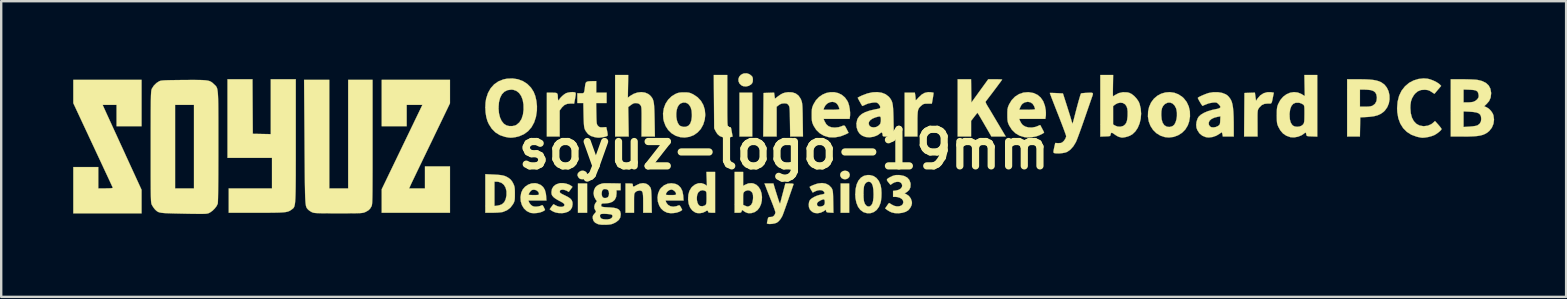
<source format=kicad_pcb>
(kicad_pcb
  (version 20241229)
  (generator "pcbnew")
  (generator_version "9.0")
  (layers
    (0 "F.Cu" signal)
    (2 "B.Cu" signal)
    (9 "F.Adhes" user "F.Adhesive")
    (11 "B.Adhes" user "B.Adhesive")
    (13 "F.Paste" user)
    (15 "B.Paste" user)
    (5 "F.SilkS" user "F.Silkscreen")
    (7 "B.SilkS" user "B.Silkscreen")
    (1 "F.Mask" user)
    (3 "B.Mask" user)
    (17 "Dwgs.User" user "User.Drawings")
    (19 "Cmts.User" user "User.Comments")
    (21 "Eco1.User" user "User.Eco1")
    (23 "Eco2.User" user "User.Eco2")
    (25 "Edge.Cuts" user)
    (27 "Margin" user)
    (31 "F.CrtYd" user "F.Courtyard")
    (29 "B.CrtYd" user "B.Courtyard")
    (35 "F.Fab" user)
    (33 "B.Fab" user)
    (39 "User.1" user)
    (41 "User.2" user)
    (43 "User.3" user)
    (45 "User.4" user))
  (footprint "soyuz-logo-19mm"
    (layer "F.Cu")
    (at 29.621 3.174)
    (property "Reference" "soyuz-logo-19mm" (at 0 0 0) (layer "F.SilkS") (effects (font (size 1.524 1.524) (thickness 0.3))))
    (attr through_hole)
    (fp_poly (pts (xy -8.204 2.642) (xy -8.585 2.642) (xy -8.585 1.422) (xy -8.204 1.422) (xy -8.204 2.642)) (stroke (width 0.01) (type solid)) (fill yes) (layer "F.SilkS"))
    (fp_poly (pts (xy -1.321 -0.533) (xy -1.854 -0.533) (xy -1.854 -2.362) (xy -1.321 -2.362) (xy -1.321 -0.533)) (stroke (width 0.01) (type solid)) (fill yes) (layer "F.SilkS"))
    (fp_poly (pts (xy 2.718 2.642) (xy 2.362 2.642) (xy 2.362 1.422) (xy 2.718 1.422) (xy 2.718 2.642)) (stroke (width 0.01) (type solid)) (fill yes) (layer "F.SilkS"))
    (fp_poly (pts (xy 2.645 0.909) (xy 2.712 0.965) (xy 2.742 1.048) (xy 2.743 1.067) (xy 2.722 1.15) (xy 2.666 1.21) (xy 2.588 1.243) (xy 2.502 1.245) (xy 2.421 1.211) (xy 2.392 1.186) (xy 2.346 1.108) (xy 2.344 1.028) (xy 2.381 0.958) (xy 2.45 0.908) (xy 2.546 0.889) (xy 2.548 0.889) (xy 2.645 0.909)) (stroke (width 0.01) (type solid)) (fill yes) (layer "F.SilkS"))
    (fp_poly (pts (xy -8.301 0.908) (xy -8.235 0.956) (xy -8.199 1.029) (xy -8.196 1.063) (xy -8.216 1.156) (xy -8.274 1.217) (xy -8.369 1.244) (xy -8.397 1.245) (xy -8.477 1.237) (xy -8.53 1.208) (xy -8.558 1.178) (xy -8.603 1.097) (xy -8.6 1.024) (xy -8.548 0.951) (xy -8.548 0.951) (xy -8.47 0.901) (xy -8.384 0.888) (xy -8.301 0.908)) (stroke (width 0.01) (type solid)) (fill yes) (layer "F.SilkS"))
    (fp_poly (pts (xy -1.442 -3.133) (xy -1.374 -3.084) (xy -1.324 -3.034) (xy -1.301 -2.98) (xy -1.295 -2.9) (xy -1.295 -2.898) (xy -1.302 -2.814) (xy -1.327 -2.755) (xy -1.37 -2.706) (xy -1.467 -2.646) (xy -1.582 -2.62) (xy -1.698 -2.632) (xy -1.767 -2.663) (xy -1.851 -2.74) (xy -1.894 -2.834) (xy -1.898 -2.933) (xy -1.865 -3.026) (xy -1.797 -3.104) (xy -1.698 -3.156) (xy -1.661 -3.164) (xy -1.545 -3.169) (xy -1.442 -3.133)) (stroke (width 0.01) (type solid)) (fill yes) (layer "F.SilkS"))
    (fp_poly (pts (xy -13.919 -1.919) (xy -14.304 -1.118) (xy -14.416 -0.886) (xy -14.543 -0.623) (xy -14.678 -0.341) (xy -14.816 -0.057) (xy -14.948 0.217) (xy -15.068 0.465) (xy -15.094 0.521) (xy -15.19 0.718) (xy -15.281 0.907) (xy -15.364 1.08) (xy -15.436 1.231) (xy -15.496 1.355) (xy -15.538 1.445) (xy -15.56 1.492) (xy -15.62 1.626) (xy -14.961 1.626) (xy -14.961 0.711) (xy -13.919 0.711) (xy -13.919 2.642) (xy -16.764 2.642) (xy -16.764 2.153) (xy -16.764 1.664) (xy -15.068 -1.854) (xy -15.723 -1.854) (xy -15.723 -0.965) (xy -16.764 -0.965) (xy -16.764 -2.896) (xy -13.919 -2.896) (xy -13.919 -1.919)) (stroke (width 0.01) (type solid)) (fill yes) (layer "F.SilkS"))
    (fp_poly (pts (xy -2.362 -2.033) (xy -2.362 -1.772) (xy -2.362 -1.558) (xy -2.361 -1.385) (xy -2.359 -1.249) (xy -2.357 -1.145) (xy -2.353 -1.069) (xy -2.348 -1.016) (xy -2.342 -0.981) (xy -2.334 -0.96) (xy -2.323 -0.947) (xy -2.311 -0.94) (xy -2.261 -0.923) (xy -2.236 -0.927) (xy -2.216 -0.915) (xy -2.2 -0.867) (xy -2.198 -0.858) (xy -2.184 -0.78) (xy -2.167 -0.685) (xy -2.162 -0.654) (xy -2.14 -0.534) (xy -2.232 -0.508) (xy -2.386 -0.486) (xy -2.552 -0.506) (xy -2.562 -0.508) (xy -2.681 -0.556) (xy -2.776 -0.641) (xy -2.845 -0.751) (xy -2.908 -0.876) (xy -2.925 -3.099) (xy -2.362 -3.099) (xy -2.362 -2.033)) (stroke (width 0.01) (type solid)) (fill yes) (layer "F.SilkS"))
    (fp_poly (pts (xy 20.312 -2.38) (xy 20.328 -2.377) (xy 20.415 -2.361) (xy 20.38 -2.19) (xy 20.356 -2.068) (xy 20.337 -1.986) (xy 20.319 -1.938) (xy 20.295 -1.914) (xy 20.258 -1.907) (xy 20.204 -1.909) (xy 20.172 -1.91) (xy 20.03 -1.897) (xy 19.916 -1.848) (xy 19.821 -1.756) (xy 19.797 -1.724) (xy 19.776 -1.692) (xy 19.76 -1.662) (xy 19.748 -1.625) (xy 19.741 -1.575) (xy 19.736 -1.504) (xy 19.734 -1.404) (xy 19.734 -1.269) (xy 19.735 -1.091) (xy 19.735 -1.082) (xy 19.737 -0.533) (xy 19.176 -0.533) (xy 19.19 -2.349) (xy 19.408 -2.357) (xy 19.626 -2.364) (xy 19.649 -2.193) (xy 19.672 -2.022) (xy 19.739 -2.123) (xy 19.851 -2.25) (xy 19.989 -2.338) (xy 20.146 -2.383) (xy 20.312 -2.38)) (stroke (width 0.01) (type solid)) (fill yes) (layer "F.SilkS"))
    (fp_poly (pts (xy -8.723 -2.378) (xy -8.694 -2.367) (xy -8.68 -2.346) (xy -8.678 -2.3) (xy -8.687 -2.221) (xy -8.703 -2.127) (xy -8.744 -1.906) (xy -8.887 -1.91) (xy -9.031 -1.897) (xy -9.147 -1.848) (xy -9.245 -1.756) (xy -9.272 -1.722) (xy -9.347 -1.618) (xy -9.347 -0.533) (xy -9.881 -0.533) (xy -9.881 -2.362) (xy -9.668 -2.362) (xy -9.555 -2.36) (xy -9.484 -2.349) (xy -9.445 -2.321) (xy -9.428 -2.267) (xy -9.424 -2.18) (xy -9.424 -2.154) (xy -9.417 -2.089) (xy -9.402 -2.048) (xy -9.398 -2.045) (xy -9.375 -2.047) (xy -9.373 -2.056) (xy -9.354 -2.098) (xy -9.305 -2.158) (xy -9.238 -2.225) (xy -9.164 -2.287) (xy -9.096 -2.332) (xy -9.081 -2.34) (xy -8.998 -2.366) (xy -8.899 -2.382) (xy -8.802 -2.387) (xy -8.723 -2.378)) (stroke (width 0.01) (type solid)) (fill yes) (layer "F.SilkS"))
    (fp_poly (pts (xy 6.096 -2.382) (xy 6.171 -2.373) (xy 6.221 -2.364) (xy 6.233 -2.36) (xy 6.233 -2.332) (xy 6.225 -2.266) (xy 6.211 -2.174) (xy 6.203 -2.127) (xy 6.163 -1.905) (xy 5.991 -1.905) (xy 5.895 -1.903) (xy 5.831 -1.892) (xy 5.781 -1.868) (xy 5.727 -1.825) (xy 5.676 -1.778) (xy 5.636 -1.733) (xy 5.607 -1.684) (xy 5.587 -1.623) (xy 5.574 -1.542) (xy 5.567 -1.434) (xy 5.563 -1.292) (xy 5.563 -1.108) (xy 5.563 -1.068) (xy 5.563 -0.533) (xy 5.029 -0.533) (xy 5.029 -2.362) (xy 5.454 -2.362) (xy 5.47 -2.267) (xy 5.481 -2.181) (xy 5.486 -2.101) (xy 5.486 -2.097) (xy 5.488 -2.06) (xy 5.497 -2.048) (xy 5.52 -2.063) (xy 5.565 -2.111) (xy 5.614 -2.165) (xy 5.739 -2.283) (xy 5.867 -2.355) (xy 6.003 -2.384) (xy 6.096 -2.382)) (stroke (width 0.01) (type solid)) (fill yes) (layer "F.SilkS"))
    (fp_poly (pts (xy -26.772 -0.965) (xy -27.813 -0.965) (xy -27.813 -1.854) (xy -28.394 -1.854) (xy -28.253 -1.543) (xy -28.217 -1.464) (xy -28.162 -1.344) (xy -28.09 -1.187) (xy -28.004 -1) (xy -27.907 -0.787) (xy -27.799 -0.553) (xy -27.685 -0.303) (xy -27.565 -0.043) (xy -27.443 0.223) (xy -27.442 0.227) (xy -26.772 1.685) (xy -26.772 2.667) (xy -29.616 2.667) (xy -29.616 0.737) (xy -28.575 0.737) (xy -28.575 1.626) (xy -28.267 1.626) (xy -28.133 1.624) (xy -28.043 1.62) (xy -27.991 1.613) (xy -27.972 1.601) (xy -27.973 1.594) (xy -27.985 1.566) (xy -28.018 1.496) (xy -28.068 1.388) (xy -28.135 1.244) (xy -28.217 1.068) (xy -28.312 0.865) (xy -28.418 0.637) (xy -28.534 0.389) (xy -28.658 0.124) (xy -28.788 -0.155) (xy -28.801 -0.182) (xy -29.616 -1.925) (xy -29.616 -2.896) (xy -26.772 -2.896) (xy -26.772 -0.965)) (stroke (width 0.01) (type solid)) (fill yes) (layer "F.SilkS"))
    (fp_poly (pts (xy -22.143 -1.784) (xy -22.136 -0.648) (xy -21.387 -0.634) (xy -21.387 -2.921) (xy -20.345 -2.921) (xy -20.345 -0.373) (xy -20.345 0.06) (xy -20.345 0.445) (xy -20.346 0.785) (xy -20.346 1.083) (xy -20.348 1.342) (xy -20.35 1.565) (xy -20.353 1.754) (xy -20.357 1.914) (xy -20.362 2.046) (xy -20.369 2.154) (xy -20.377 2.24) (xy -20.387 2.308) (xy -20.399 2.36) (xy -20.413 2.4) (xy -20.43 2.43) (xy -20.448 2.453) (xy -20.47 2.473) (xy -20.494 2.491) (xy -20.51 2.503) (xy -20.553 2.534) (xy -20.595 2.56) (xy -20.641 2.582) (xy -20.697 2.599) (xy -20.766 2.613) (xy -20.854 2.623) (xy -20.965 2.631) (xy -21.104 2.636) (xy -21.276 2.639) (xy -21.485 2.641) (xy -21.736 2.641) (xy -21.988 2.642) (xy -23.139 2.642) (xy -23.139 1.626) (xy -21.336 1.626) (xy -21.336 0.356) (xy -23.19 0.356) (xy -23.19 -2.921) (xy -22.149 -2.921) (xy -22.143 -1.784)) (stroke (width 0.01) (type solid)) (fill yes) (layer "F.SilkS"))
    (fp_poly (pts (xy -5.746 1.43) (xy -5.642 1.492) (xy -5.568 1.585) (xy -5.552 1.622) (xy -5.54 1.673) (xy -5.531 1.745) (xy -5.525 1.846) (xy -5.52 1.983) (xy -5.516 2.153) (xy -5.508 2.642) (xy -5.867 2.642) (xy -5.867 2.227) (xy -5.868 2.054) (xy -5.873 1.925) (xy -5.883 1.833) (xy -5.901 1.773) (xy -5.928 1.738) (xy -5.967 1.722) (xy -6.019 1.717) (xy -6.029 1.717) (xy -6.131 1.74) (xy -6.184 1.777) (xy -6.208 1.802) (xy -6.225 1.827) (xy -6.237 1.863) (xy -6.244 1.917) (xy -6.247 1.998) (xy -6.248 2.115) (xy -6.248 2.24) (xy -6.248 2.642) (xy -6.604 2.642) (xy -6.604 1.422) (xy -6.452 1.422) (xy -6.367 1.424) (xy -6.321 1.431) (xy -6.303 1.45) (xy -6.299 1.482) (xy -6.294 1.533) (xy -6.274 1.553) (xy -6.231 1.541) (xy -6.156 1.499) (xy -6.141 1.49) (xy -6.004 1.428) (xy -5.87 1.408) (xy -5.746 1.43)) (stroke (width 0.01) (type solid)) (fill yes) (layer "F.SilkS"))
    (fp_poly (pts (xy -6.498 -2.626) (xy -6.506 -2.154) (xy -6.417 -2.222) (xy -6.265 -2.313) (xy -6.104 -2.368) (xy -5.943 -2.386) (xy -5.791 -2.366) (xy -5.656 -2.308) (xy -5.577 -2.245) (xy -5.53 -2.192) (xy -5.492 -2.14) (xy -5.462 -2.081) (xy -5.439 -2.009) (xy -5.422 -1.917) (xy -5.41 -1.801) (xy -5.402 -1.652) (xy -5.396 -1.466) (xy -5.391 -1.235) (xy -5.391 -1.226) (xy -5.379 -0.533) (xy -5.936 -0.533) (xy -5.934 -1.154) (xy -5.933 -1.348) (xy -5.933 -1.498) (xy -5.935 -1.61) (xy -5.938 -1.691) (xy -5.944 -1.749) (xy -5.953 -1.789) (xy -5.966 -1.817) (xy -5.982 -1.842) (xy -5.984 -1.846) (xy -6.033 -1.895) (xy -6.096 -1.919) (xy -6.152 -1.925) (xy -6.229 -1.925) (xy -6.291 -1.905) (xy -6.363 -1.859) (xy -6.378 -1.848) (xy -6.49 -1.762) (xy -6.48 -1.148) (xy -6.47 -0.533) (xy -7.036 -0.533) (xy -7.036 -3.099) (xy -6.763 -3.099) (xy -6.49 -3.099) (xy -6.498 -2.626)) (stroke (width 0.01) (type solid)) (fill yes) (layer "F.SilkS"))
    (fp_poly (pts (xy 23.959 -2.921) (xy 24.198 -2.918) (xy 24.394 -2.909) (xy 24.555 -2.893) (xy 24.687 -2.869) (xy 24.797 -2.836) (xy 24.887 -2.797) (xy 25.021 -2.702) (xy 25.124 -2.574) (xy 25.195 -2.424) (xy 25.233 -2.258) (xy 25.237 -2.086) (xy 25.208 -1.916) (xy 25.143 -1.757) (xy 25.043 -1.617) (xy 24.988 -1.563) (xy 24.872 -1.48) (xy 24.741 -1.42) (xy 24.585 -1.379) (xy 24.394 -1.355) (xy 24.308 -1.349) (xy 24.016 -1.333) (xy 24.002 -0.533) (xy 23.47 -0.533) (xy 23.47 -1.778) (xy 24.003 -1.778) (xy 24.226 -1.778) (xy 24.357 -1.782) (xy 24.45 -1.794) (xy 24.521 -1.817) (xy 24.537 -1.825) (xy 24.634 -1.902) (xy 24.692 -2.011) (xy 24.709 -2.148) (xy 24.707 -2.178) (xy 24.686 -2.292) (xy 24.638 -2.376) (xy 24.559 -2.435) (xy 24.443 -2.471) (xy 24.287 -2.487) (xy 24.2 -2.489) (xy 24.003 -2.489) (xy 24.003 -1.778) (xy 23.47 -1.778) (xy 23.47 -2.921) (xy 23.959 -2.921)) (stroke (width 0.01) (type solid)) (fill yes) (layer "F.SilkS"))
    (fp_poly (pts (xy 0.344 -2.376) (xy 0.49 -2.328) (xy 0.607 -2.239) (xy 0.695 -2.109) (xy 0.715 -2.064) (xy 0.732 -2.017) (xy 0.746 -1.971) (xy 0.756 -1.918) (xy 0.764 -1.852) (xy 0.77 -1.765) (xy 0.774 -1.65) (xy 0.778 -1.501) (xy 0.781 -1.311) (xy 0.782 -1.226) (xy 0.792 -0.533) (xy 0.259 -0.533) (xy 0.25 -1.154) (xy 0.247 -1.348) (xy 0.244 -1.498) (xy 0.24 -1.611) (xy 0.235 -1.693) (xy 0.228 -1.75) (xy 0.218 -1.791) (xy 0.205 -1.82) (xy 0.188 -1.845) (xy 0.187 -1.846) (xy 0.147 -1.89) (xy 0.1 -1.911) (xy 0.026 -1.917) (xy 0.006 -1.917) (xy -0.094 -1.907) (xy -0.173 -1.873) (xy -0.213 -1.846) (xy -0.305 -1.775) (xy -0.305 -0.533) (xy -0.864 -0.533) (xy -0.851 -2.349) (xy -0.631 -2.357) (xy -0.411 -2.364) (xy -0.394 -2.238) (xy -0.377 -2.112) (xy -0.261 -2.2) (xy -0.145 -2.283) (xy -0.046 -2.336) (xy 0.054 -2.366) (xy 0.17 -2.382) (xy 0.344 -2.376)) (stroke (width 0.01) (type solid)) (fill yes) (layer "F.SilkS"))
    (fp_poly (pts (xy 7.804 -2.437) (xy 7.811 -1.952) (xy 8.162 -2.437) (xy 8.513 -2.921) (xy 8.803 -2.921) (xy 8.918 -2.92) (xy 9.011 -2.917) (xy 9.073 -2.913) (xy 9.093 -2.908) (xy 9.079 -2.887) (xy 9.039 -2.831) (xy 8.978 -2.749) (xy 8.903 -2.648) (xy 8.817 -2.533) (xy 8.727 -2.413) (xy 8.637 -2.294) (xy 8.552 -2.183) (xy 8.479 -2.087) (xy 8.422 -2.013) (xy 8.406 -1.993) (xy 8.406 -1.958) (xy 8.432 -1.896) (xy 8.456 -1.854) (xy 8.487 -1.801) (xy 8.541 -1.713) (xy 8.612 -1.595) (xy 8.696 -1.454) (xy 8.789 -1.297) (xy 8.884 -1.137) (xy 9.243 -0.533) (xy 8.647 -0.533) (xy 8.36 -1.029) (xy 8.278 -1.171) (xy 8.204 -1.297) (xy 8.142 -1.402) (xy 8.096 -1.477) (xy 8.07 -1.518) (xy 8.066 -1.524) (xy 8.048 -1.505) (xy 8.007 -1.456) (xy 7.95 -1.384) (xy 7.928 -1.356) (xy 7.798 -1.187) (xy 7.798 -0.533) (xy 7.239 -0.533) (xy 7.239 -2.921) (xy 7.797 -2.921) (xy 7.804 -2.437)) (stroke (width 0.01) (type solid)) (fill yes) (layer "F.SilkS"))
    (fp_poly (pts (xy -12.109 1.05) (xy -11.939 1.059) (xy -11.809 1.072) (xy -11.707 1.089) (xy -11.624 1.114) (xy -11.549 1.148) (xy -11.477 1.191) (xy -11.39 1.259) (xy -11.323 1.347) (xy -11.287 1.414) (xy -11.255 1.483) (xy -11.234 1.543) (xy -11.222 1.609) (xy -11.216 1.694) (xy -11.214 1.811) (xy -11.214 1.854) (xy -11.215 1.982) (xy -11.219 2.072) (xy -11.228 2.138) (xy -11.245 2.193) (xy -11.272 2.25) (xy -11.292 2.286) (xy -11.401 2.43) (xy -11.543 2.539) (xy -11.708 2.607) (xy -11.736 2.614) (xy -11.815 2.625) (xy -11.928 2.635) (xy -12.059 2.64) (xy -12.155 2.642) (xy -12.446 2.642) (xy -12.446 1.346) (xy -12.065 1.346) (xy -12.065 2.361) (xy -11.944 2.346) (xy -11.852 2.326) (xy -11.766 2.294) (xy -11.744 2.282) (xy -11.658 2.202) (xy -11.598 2.08) (xy -11.565 1.921) (xy -11.564 1.919) (xy -11.564 1.744) (xy -11.601 1.596) (xy -11.671 1.479) (xy -11.772 1.396) (xy -11.901 1.352) (xy -11.978 1.346) (xy -12.065 1.346) (xy -12.446 1.346) (xy -12.446 1.034) (xy -12.109 1.05)) (stroke (width 0.01) (type solid)) (fill yes) (layer "F.SilkS"))
    (fp_poly (pts (xy 3.584 1.073) (xy 3.73 1.111) (xy 3.854 1.193) (xy 3.952 1.315) (xy 4.022 1.475) (xy 4.031 1.506) (xy 4.055 1.647) (xy 4.065 1.815) (xy 4.061 1.99) (xy 4.043 2.15) (xy 4.024 2.234) (xy 3.958 2.396) (xy 3.864 2.523) (xy 3.747 2.612) (xy 3.614 2.659) (xy 3.47 2.663) (xy 3.321 2.62) (xy 3.301 2.61) (xy 3.182 2.521) (xy 3.087 2.393) (xy 3.019 2.228) (xy 2.98 2.033) (xy 2.972 1.885) (xy 3.316 1.885) (xy 3.319 2.013) (xy 3.328 2.119) (xy 3.334 2.163) (xy 3.372 2.27) (xy 3.43 2.345) (xy 3.499 2.382) (xy 3.571 2.378) (xy 3.631 2.338) (xy 3.679 2.266) (xy 3.712 2.158) (xy 3.73 2.01) (xy 3.734 1.867) (xy 3.726 1.674) (xy 3.702 1.527) (xy 3.661 1.425) (xy 3.603 1.365) (xy 3.528 1.346) (xy 3.447 1.37) (xy 3.381 1.435) (xy 3.338 1.533) (xy 3.335 1.548) (xy 3.324 1.634) (xy 3.317 1.753) (xy 3.316 1.885) (xy 2.972 1.885) (xy 2.972 1.876) (xy 2.987 1.647) (xy 3.032 1.454) (xy 3.106 1.298) (xy 3.206 1.181) (xy 3.331 1.104) (xy 3.481 1.071) (xy 3.584 1.073)) (stroke (width 0.01) (type solid)) (fill yes) (layer "F.SilkS"))
    (fp_poly (pts (xy -1.702 1.522) (xy -1.619 1.475) (xy -1.481 1.418) (xy -1.343 1.409) (xy -1.266 1.423) (xy -1.146 1.48) (xy -1.051 1.573) (xy -0.98 1.693) (xy -0.935 1.833) (xy -0.916 1.984) (xy -0.923 2.137) (xy -0.956 2.285) (xy -1.016 2.419) (xy -1.102 2.531) (xy -1.216 2.612) (xy -1.229 2.618) (xy -1.369 2.66) (xy -1.502 2.657) (xy -1.587 2.627) (xy -1.654 2.588) (xy -1.705 2.55) (xy -1.737 2.528) (xy -1.754 2.546) (xy -1.763 2.577) (xy -1.777 2.614) (xy -1.804 2.634) (xy -1.857 2.641) (xy -1.918 2.642) (xy -2.057 2.642) (xy -2.057 2.06) (xy -1.702 2.06) (xy -1.702 2.314) (xy -1.619 2.35) (xy -1.554 2.376) (xy -1.513 2.384) (xy -1.471 2.376) (xy -1.438 2.363) (xy -1.366 2.309) (xy -1.316 2.214) (xy -1.291 2.081) (xy -1.287 2.014) (xy -1.291 1.909) (xy -1.308 1.836) (xy -1.338 1.784) (xy -1.411 1.724) (xy -1.501 1.705) (xy -1.594 1.728) (xy -1.633 1.753) (xy -1.665 1.78) (xy -1.684 1.81) (xy -1.696 1.853) (xy -1.701 1.921) (xy -1.702 2.025) (xy -1.702 2.06) (xy -2.057 2.06) (xy -2.057 0.94) (xy -1.702 0.94) (xy -1.702 1.522)) (stroke (width 0.01) (type solid)) (fill yes) (layer "F.SilkS"))
    (fp_poly (pts (xy -7.823 -2.362) (xy -7.391 -2.362) (xy -7.391 -1.93) (xy -7.827 -1.93) (xy -7.819 -1.488) (xy -7.816 -1.328) (xy -7.812 -1.211) (xy -7.807 -1.128) (xy -7.799 -1.071) (xy -7.787 -1.033) (xy -7.771 -1.005) (xy -7.748 -0.979) (xy -7.747 -0.978) (xy -7.703 -0.938) (xy -7.657 -0.92) (xy -7.589 -0.917) (xy -7.544 -0.919) (xy -7.405 -0.927) (xy -7.37 -0.767) (xy -7.354 -0.679) (xy -7.347 -0.608) (xy -7.349 -0.574) (xy -7.379 -0.552) (xy -7.446 -0.528) (xy -7.525 -0.511) (xy -7.632 -0.494) (xy -7.711 -0.487) (xy -7.782 -0.491) (xy -7.867 -0.504) (xy -7.891 -0.509) (xy -8.044 -0.557) (xy -8.163 -0.636) (xy -8.256 -0.753) (xy -8.3 -0.838) (xy -8.315 -0.883) (xy -8.327 -0.948) (xy -8.336 -1.04) (xy -8.343 -1.165) (xy -8.349 -1.331) (xy -8.351 -1.429) (xy -8.361 -1.93) (xy -8.611 -1.93) (xy -8.611 -2.337) (xy -8.472 -2.337) (xy -8.412 -2.336) (xy -8.371 -2.341) (xy -8.344 -2.358) (xy -8.326 -2.395) (xy -8.312 -2.462) (xy -8.298 -2.566) (xy -8.287 -2.653) (xy -8.274 -2.734) (xy -8.252 -2.787) (xy -8.212 -2.819) (xy -8.145 -2.835) (xy -8.041 -2.841) (xy -7.982 -2.842) (xy -7.823 -2.845) (xy -7.823 -2.362)) (stroke (width 0.01) (type solid)) (fill yes) (layer "F.SilkS"))
    (fp_poly (pts (xy 16.265 -2.359) (xy 16.443 -2.291) (xy 16.608 -2.179) (xy 16.66 -2.131) (xy 16.784 -1.972) (xy 16.87 -1.787) (xy 16.916 -1.584) (xy 16.921 -1.371) (xy 16.885 -1.156) (xy 16.827 -0.993) (xy 16.725 -0.827) (xy 16.588 -0.689) (xy 16.423 -0.585) (xy 16.24 -0.518) (xy 16.046 -0.494) (xy 15.878 -0.509) (xy 15.686 -0.572) (xy 15.519 -0.675) (xy 15.381 -0.811) (xy 15.274 -0.976) (xy 15.202 -1.162) (xy 15.168 -1.365) (xy 15.17 -1.435) (xy 15.724 -1.435) (xy 15.739 -1.25) (xy 15.781 -1.107) (xy 15.85 -1.007) (xy 15.945 -0.949) (xy 15.962 -0.944) (xy 16.063 -0.932) (xy 16.164 -0.956) (xy 16.201 -0.973) (xy 16.267 -1.03) (xy 16.319 -1.126) (xy 16.356 -1.249) (xy 16.376 -1.387) (xy 16.376 -1.529) (xy 16.354 -1.665) (xy 16.339 -1.714) (xy 16.277 -1.831) (xy 16.193 -1.911) (xy 16.094 -1.95) (xy 15.989 -1.946) (xy 15.886 -1.895) (xy 15.864 -1.878) (xy 15.797 -1.802) (xy 15.753 -1.711) (xy 15.73 -1.591) (xy 15.724 -1.435) (xy 15.17 -1.435) (xy 15.175 -1.577) (xy 15.215 -1.762) (xy 15.297 -1.95) (xy 15.413 -2.107) (xy 15.556 -2.231) (xy 15.719 -2.319) (xy 15.897 -2.371) (xy 16.081 -2.385) (xy 16.265 -2.359)) (stroke (width 0.01) (type solid)) (fill yes) (layer "F.SilkS"))
    (fp_poly (pts (xy -2.87 2.642) (xy -3.01 2.642) (xy -3.087 2.638) (xy -3.137 2.63) (xy -3.15 2.623) (xy -3.162 2.586) (xy -3.173 2.568) (xy -3.195 2.55) (xy -3.231 2.561) (xy -3.278 2.592) (xy -3.377 2.638) (xy -3.499 2.66) (xy -3.619 2.655) (xy -3.696 2.632) (xy -3.819 2.548) (xy -3.912 2.426) (xy -3.972 2.271) (xy -3.996 2.089) (xy -3.996 2.085) (xy -3.991 2.002) (xy -3.632 2.002) (xy -3.628 2.116) (xy -3.604 2.223) (xy -3.562 2.307) (xy -3.505 2.358) (xy -3.5 2.359) (xy -3.404 2.372) (xy -3.31 2.346) (xy -3.27 2.319) (xy -3.249 2.291) (xy -3.236 2.248) (xy -3.229 2.179) (xy -3.226 2.074) (xy -3.226 2.02) (xy -3.227 1.902) (xy -3.23 1.825) (xy -3.238 1.778) (xy -3.254 1.751) (xy -3.279 1.733) (xy -3.285 1.73) (xy -3.385 1.702) (xy -3.481 1.721) (xy -3.561 1.783) (xy -3.574 1.801) (xy -3.615 1.892) (xy -3.632 2.002) (xy -3.991 2.002) (xy -3.985 1.893) (xy -3.941 1.735) (xy -3.862 1.602) (xy -3.825 1.56) (xy -3.705 1.466) (xy -3.575 1.415) (xy -3.444 1.408) (xy -3.318 1.448) (xy -3.275 1.475) (xy -3.21 1.521) (xy -3.221 1.23) (xy -3.232 0.94) (xy -2.87 0.94) (xy -2.87 2.642)) (stroke (width 0.01) (type solid)) (fill yes) (layer "F.SilkS"))
    (fp_poly (pts (xy -4.05 -2.373) (xy -3.967 -2.364) (xy -3.895 -2.344) (xy -3.813 -2.307) (xy -3.771 -2.286) (xy -3.598 -2.17) (xy -3.459 -2.021) (xy -3.359 -1.845) (xy -3.298 -1.647) (xy -3.28 -1.433) (xy -3.301 -1.24) (xy -3.365 -1.032) (xy -3.465 -0.852) (xy -3.598 -0.705) (xy -3.758 -0.593) (xy -3.939 -0.522) (xy -4.136 -0.493) (xy -4.32 -0.507) (xy -4.512 -0.566) (xy -4.681 -0.667) (xy -4.824 -0.806) (xy -4.934 -0.976) (xy -5.007 -1.174) (xy -5.027 -1.27) (xy -5.04 -1.494) (xy -5.038 -1.502) (xy -4.488 -1.502) (xy -4.486 -1.359) (xy -4.465 -1.223) (xy -4.425 -1.104) (xy -4.368 -1.014) (xy -4.314 -0.972) (xy -4.195 -0.936) (xy -4.078 -0.942) (xy -3.976 -0.99) (xy -3.969 -0.996) (xy -3.904 -1.08) (xy -3.86 -1.204) (xy -3.839 -1.363) (xy -3.837 -1.435) (xy -3.849 -1.614) (xy -3.889 -1.754) (xy -3.958 -1.86) (xy -4.004 -1.903) (xy -4.097 -1.947) (xy -4.203 -1.95) (xy -4.305 -1.914) (xy -4.372 -1.859) (xy -4.432 -1.763) (xy -4.47 -1.64) (xy -4.488 -1.502) (xy -5.038 -1.502) (xy -5.008 -1.706) (xy -4.936 -1.9) (xy -4.825 -2.071) (xy -4.68 -2.213) (xy -4.521 -2.309) (xy -4.438 -2.344) (xy -4.359 -2.364) (xy -4.265 -2.373) (xy -4.163 -2.375) (xy -4.05 -2.373)) (stroke (width 0.01) (type solid)) (fill yes) (layer "F.SilkS"))
    (fp_poly (pts (xy -4.534 1.435) (xy -4.402 1.498) (xy -4.302 1.6) (xy -4.233 1.74) (xy -4.199 1.916) (xy -4.197 1.943) (xy -4.184 2.134) (xy -4.931 2.134) (xy -4.915 2.191) (xy -4.886 2.245) (xy -4.835 2.307) (xy -4.824 2.318) (xy -4.731 2.371) (xy -4.615 2.389) (xy -4.487 2.371) (xy -4.435 2.352) (xy -4.381 2.332) (xy -4.348 2.336) (xy -4.319 2.373) (xy -4.296 2.413) (xy -4.263 2.475) (xy -4.244 2.517) (xy -4.242 2.524) (xy -4.262 2.543) (xy -4.315 2.575) (xy -4.35 2.594) (xy -4.463 2.634) (xy -4.6 2.656) (xy -4.738 2.659) (xy -4.857 2.641) (xy -4.88 2.634) (xy -5.02 2.562) (xy -5.125 2.463) (xy -5.197 2.346) (xy -5.255 2.179) (xy -5.27 2.006) (xy -5.251 1.875) (xy -4.92 1.875) (xy -4.912 1.892) (xy -4.881 1.901) (xy -4.817 1.904) (xy -4.713 1.905) (xy -4.608 1.904) (xy -4.544 1.9) (xy -4.51 1.89) (xy -4.497 1.872) (xy -4.496 1.853) (xy -4.518 1.787) (xy -4.574 1.726) (xy -4.647 1.685) (xy -4.696 1.676) (xy -4.78 1.699) (xy -4.857 1.755) (xy -4.909 1.831) (xy -4.915 1.848) (xy -4.92 1.875) (xy -5.251 1.875) (xy -5.245 1.838) (xy -5.181 1.687) (xy -5.124 1.609) (xy -4.995 1.497) (xy -4.847 1.432) (xy -4.696 1.413) (xy -4.534 1.435)) (stroke (width 0.01) (type solid)) (fill yes) (layer "F.SilkS"))
    (fp_poly (pts (xy -9.077 1.429) (xy -8.957 1.469) (xy -8.87 1.518) (xy -8.813 1.563) (xy -8.891 1.669) (xy -8.968 1.775) (xy -9.055 1.724) (xy -9.171 1.683) (xy -9.238 1.681) (xy -9.303 1.692) (xy -9.333 1.717) (xy -9.342 1.753) (xy -9.341 1.784) (xy -9.325 1.811) (xy -9.285 1.841) (xy -9.214 1.879) (xy -9.12 1.924) (xy -8.987 1.993) (xy -8.896 2.058) (xy -8.841 2.126) (xy -8.814 2.206) (xy -8.809 2.289) (xy -8.833 2.421) (xy -8.898 2.527) (xy -9.003 2.602) (xy -9.145 2.647) (xy -9.242 2.658) (xy -9.386 2.655) (xy -9.51 2.633) (xy -9.525 2.629) (xy -9.609 2.595) (xy -9.683 2.555) (xy -9.701 2.543) (xy -9.763 2.494) (xy -9.691 2.396) (xy -9.647 2.337) (xy -9.617 2.297) (xy -9.61 2.289) (xy -9.586 2.294) (xy -9.543 2.319) (xy -9.448 2.366) (xy -9.352 2.393) (xy -9.264 2.398) (xy -9.195 2.381) (xy -9.154 2.345) (xy -9.149 2.305) (xy -9.167 2.267) (xy -9.216 2.227) (xy -9.302 2.177) (xy -9.341 2.158) (xy -9.442 2.103) (xy -9.536 2.044) (xy -9.603 1.991) (xy -9.608 1.986) (xy -9.66 1.925) (xy -9.684 1.866) (xy -9.69 1.782) (xy -9.69 1.779) (xy -9.668 1.648) (xy -9.602 1.541) (xy -9.497 1.461) (xy -9.357 1.413) (xy -9.317 1.407) (xy -9.204 1.407) (xy -9.077 1.429)) (stroke (width 0.01) (type solid)) (fill yes) (layer "F.SilkS"))
    (fp_poly (pts (xy -10.285 1.423) (xy -10.143 1.48) (xy -10.037 1.568) (xy -9.964 1.689) (xy -9.922 1.848) (xy -9.911 1.949) (xy -9.899 2.134) (xy -10.646 2.134) (xy -10.63 2.191) (xy -10.601 2.245) (xy -10.55 2.307) (xy -10.539 2.318) (xy -10.479 2.363) (xy -10.414 2.383) (xy -10.336 2.388) (xy -10.244 2.38) (xy -10.16 2.36) (xy -10.134 2.349) (xy -10.087 2.328) (xy -10.058 2.331) (xy -10.031 2.367) (xy -10.008 2.412) (xy -9.977 2.475) (xy -9.959 2.518) (xy -9.957 2.526) (xy -9.977 2.544) (xy -10.029 2.575) (xy -10.065 2.594) (xy -10.167 2.63) (xy -10.294 2.653) (xy -10.426 2.661) (xy -10.54 2.651) (xy -10.576 2.642) (xy -10.721 2.571) (xy -10.836 2.463) (xy -10.92 2.325) (xy -10.969 2.164) (xy -10.979 1.988) (xy -10.963 1.891) (xy -10.643 1.891) (xy -10.619 1.897) (xy -10.557 1.902) (xy -10.467 1.905) (xy -10.427 1.905) (xy -10.322 1.904) (xy -10.258 1.9) (xy -10.225 1.89) (xy -10.212 1.871) (xy -10.211 1.853) (xy -10.233 1.779) (xy -10.292 1.722) (xy -10.372 1.687) (xy -10.459 1.683) (xy -10.517 1.703) (xy -10.557 1.739) (xy -10.601 1.798) (xy -10.634 1.858) (xy -10.643 1.891) (xy -10.963 1.891) (xy -10.95 1.809) (xy -10.887 1.672) (xy -10.788 1.557) (xy -10.662 1.471) (xy -10.519 1.42) (xy -10.37 1.409) (xy -10.285 1.423)) (stroke (width 0.01) (type solid)) (fill yes) (layer "F.SilkS"))
    (fp_poly (pts (xy -11.082 -2.92) (xy -10.876 -2.842) (xy -10.694 -2.724) (xy -10.541 -2.569) (xy -10.431 -2.396) (xy -10.363 -2.223) (xy -10.317 -2.02) (xy -10.294 -1.804) (xy -10.296 -1.62) (xy -10.335 -1.357) (xy -10.41 -1.124) (xy -10.52 -0.923) (xy -10.663 -0.758) (xy -10.837 -0.631) (xy -11.041 -0.543) (xy -11.193 -0.507) (xy -11.305 -0.491) (xy -11.394 -0.486) (xy -11.482 -0.494) (xy -11.592 -0.514) (xy -11.631 -0.522) (xy -11.839 -0.592) (xy -12.022 -0.705) (xy -12.176 -0.859) (xy -12.301 -1.054) (xy -12.355 -1.174) (xy -12.404 -1.34) (xy -12.435 -1.536) (xy -12.444 -1.714) (xy -11.894 -1.714) (xy -11.878 -1.511) (xy -11.834 -1.331) (xy -11.765 -1.182) (xy -11.673 -1.068) (xy -11.571 -1.001) (xy -11.455 -0.971) (xy -11.326 -0.969) (xy -11.207 -0.994) (xy -11.151 -1.019) (xy -11.027 -1.124) (xy -10.936 -1.268) (xy -10.877 -1.451) (xy -10.852 -1.648) (xy -10.855 -1.868) (xy -10.888 -2.06) (xy -10.95 -2.221) (xy -11.039 -2.348) (xy -11.151 -2.436) (xy -11.285 -2.483) (xy -11.364 -2.489) (xy -11.52 -2.467) (xy -11.65 -2.402) (xy -11.754 -2.296) (xy -11.829 -2.149) (xy -11.877 -1.965) (xy -11.894 -1.743) (xy -11.894 -1.714) (xy -12.444 -1.714) (xy -12.446 -1.745) (xy -12.437 -1.949) (xy -12.411 -2.115) (xy -12.334 -2.349) (xy -12.222 -2.548) (xy -12.078 -2.709) (xy -11.902 -2.832) (xy -11.696 -2.914) (xy -11.544 -2.945) (xy -11.307 -2.955) (xy -11.082 -2.92)) (stroke (width 0.01) (type solid)) (fill yes) (layer "F.SilkS"))
    (fp_poly (pts (xy -18.948 1.626) (xy -18.161 1.626) (xy -18.161 -2.896) (xy -17.145 -2.896) (xy -17.145 -0.304) (xy -17.145 0.116) (xy -17.145 0.489) (xy -17.145 0.816) (xy -17.146 1.102) (xy -17.147 1.349) (xy -17.148 1.561) (xy -17.149 1.739) (xy -17.151 1.888) (xy -17.153 2.01) (xy -17.156 2.108) (xy -17.159 2.186) (xy -17.163 2.246) (xy -17.168 2.291) (xy -17.173 2.325) (xy -17.18 2.35) (xy -17.187 2.369) (xy -17.193 2.382) (xy -17.249 2.474) (xy -17.318 2.541) (xy -17.416 2.598) (xy -17.45 2.614) (xy -17.481 2.627) (xy -17.514 2.638) (xy -17.555 2.646) (xy -17.608 2.653) (xy -17.679 2.658) (xy -17.773 2.661) (xy -17.895 2.664) (xy -18.051 2.665) (xy -18.245 2.666) (xy -18.484 2.666) (xy -18.567 2.666) (xy -18.822 2.666) (xy -19.031 2.665) (xy -19.199 2.664) (xy -19.332 2.662) (xy -19.434 2.658) (xy -19.512 2.654) (xy -19.57 2.648) (xy -19.613 2.64) (xy -19.646 2.63) (xy -19.672 2.619) (xy -19.751 2.574) (xy -19.818 2.523) (xy -19.83 2.511) (xy -19.851 2.489) (xy -19.869 2.468) (xy -19.885 2.446) (xy -19.899 2.419) (xy -19.912 2.384) (xy -19.923 2.339) (xy -19.932 2.28) (xy -19.94 2.205) (xy -19.946 2.11) (xy -19.952 1.993) (xy -19.957 1.85) (xy -19.96 1.678) (xy -19.964 1.475) (xy -19.967 1.237) (xy -19.97 0.962) (xy -19.972 0.647) (xy -19.975 0.288) (xy -19.978 -0.118) (xy -19.979 -0.312) (xy -19.998 -2.896) (xy -18.948 -2.896) (xy -18.948 1.626)) (stroke (width 0.01) (type solid)) (fill yes) (layer "F.SilkS"))
    (fp_poly (pts (xy -0.408 1.53) (xy -0.389 1.595) (xy -0.358 1.696) (xy -0.32 1.819) (xy -0.278 1.951) (xy -0.273 1.968) (xy -0.231 2.099) (xy -0.201 2.187) (xy -0.181 2.237) (xy -0.167 2.254) (xy -0.158 2.245) (xy -0.148 2.214) (xy -0.148 2.21) (xy -0.133 2.153) (xy -0.109 2.059) (xy -0.078 1.939) (xy -0.043 1.807) (xy -0.034 1.772) (xy 0.058 1.422) (xy 0.235 1.422) (xy 0.332 1.425) (xy 0.385 1.434) (xy 0.401 1.449) (xy 0.4 1.454) (xy 0.388 1.486) (xy 0.363 1.559) (xy 0.326 1.667) (xy 0.279 1.802) (xy 0.225 1.957) (xy 0.178 2.095) (xy 0.118 2.266) (xy 0.062 2.425) (xy 0.013 2.563) (xy -0.028 2.674) (xy -0.057 2.751) (xy -0.07 2.781) (xy -0.138 2.897) (xy -0.217 2.993) (xy -0.294 3.054) (xy -0.3 3.057) (xy -0.384 3.086) (xy -0.492 3.105) (xy -0.598 3.112) (xy -0.654 3.107) (xy -0.699 3.094) (xy -0.711 3.086) (xy -0.706 3.057) (xy -0.694 2.996) (xy -0.684 2.948) (xy -0.666 2.873) (xy -0.646 2.835) (xy -0.612 2.821) (xy -0.559 2.819) (xy -0.479 2.809) (xy -0.422 2.769) (xy -0.408 2.752) (xy -0.371 2.69) (xy -0.356 2.631) (xy -0.356 2.631) (xy -0.365 2.59) (xy -0.39 2.512) (xy -0.429 2.404) (xy -0.477 2.275) (xy -0.523 2.159) (xy -0.583 2.01) (xy -0.64 1.864) (xy -0.692 1.734) (xy -0.732 1.63) (xy -0.75 1.582) (xy -0.811 1.422) (xy -0.44 1.422) (xy -0.408 1.53)) (stroke (width 0.01) (type solid)) (fill yes) (layer "F.SilkS"))
    (fp_poly (pts (xy 4.839 1.074) (xy 5.007 1.109) (xy 5.135 1.175) (xy 5.223 1.273) (xy 5.271 1.4) (xy 5.277 1.447) (xy 5.269 1.583) (xy 5.217 1.694) (xy 5.121 1.78) (xy 5.114 1.784) (xy 5.025 1.837) (xy 5.097 1.868) (xy 5.206 1.941) (xy 5.286 2.048) (xy 5.329 2.177) (xy 5.334 2.243) (xy 5.315 2.336) (xy 5.264 2.437) (xy 5.194 2.525) (xy 5.173 2.543) (xy 5.068 2.604) (xy 4.931 2.645) (xy 4.778 2.664) (xy 4.625 2.659) (xy 4.488 2.628) (xy 4.485 2.627) (xy 4.396 2.585) (xy 4.31 2.532) (xy 4.301 2.526) (xy 4.216 2.461) (xy 4.294 2.348) (xy 4.338 2.285) (xy 4.371 2.244) (xy 4.382 2.235) (xy 4.407 2.248) (xy 4.459 2.281) (xy 4.485 2.298) (xy 4.593 2.353) (xy 4.701 2.377) (xy 4.802 2.373) (xy 4.887 2.344) (xy 4.947 2.292) (xy 4.974 2.22) (xy 4.964 2.139) (xy 4.915 2.071) (xy 4.831 2.018) (xy 4.723 1.987) (xy 4.655 1.981) (xy 4.547 1.981) (xy 4.547 1.732) (xy 4.678 1.714) (xy 4.791 1.683) (xy 4.873 1.629) (xy 4.919 1.561) (xy 4.926 1.485) (xy 4.888 1.409) (xy 4.874 1.394) (xy 4.804 1.357) (xy 4.71 1.352) (xy 4.607 1.376) (xy 4.521 1.423) (xy 4.44 1.48) (xy 4.379 1.407) (xy 4.317 1.33) (xy 4.289 1.279) (xy 4.297 1.241) (xy 4.341 1.205) (xy 4.4 1.169) (xy 4.532 1.105) (xy 4.653 1.073) (xy 4.787 1.07) (xy 4.839 1.074)) (stroke (width 0.01) (type solid)) (fill yes) (layer "F.SilkS"))
    (fp_poly (pts (xy 26.818 -2.945) (xy 26.933 -2.916) (xy 27.06 -2.868) (xy 27.183 -2.808) (xy 27.283 -2.745) (xy 27.332 -2.703) (xy 27.388 -2.644) (xy 27.252 -2.484) (xy 27.189 -2.41) (xy 27.141 -2.352) (xy 27.114 -2.32) (xy 27.112 -2.316) (xy 27.091 -2.325) (xy 27.04 -2.357) (xy 26.99 -2.391) (xy 26.905 -2.443) (xy 26.824 -2.471) (xy 26.719 -2.483) (xy 26.714 -2.484) (xy 26.552 -2.473) (xy 26.415 -2.419) (xy 26.298 -2.32) (xy 26.245 -2.25) (xy 26.174 -2.127) (xy 26.13 -1.998) (xy 26.109 -1.848) (xy 26.105 -1.726) (xy 26.121 -1.51) (xy 26.169 -1.326) (xy 26.248 -1.177) (xy 26.354 -1.065) (xy 26.486 -0.994) (xy 26.643 -0.966) (xy 26.666 -0.965) (xy 26.835 -0.987) (xy 26.982 -1.052) (xy 27.059 -1.113) (xy 27.131 -1.181) (xy 27.268 -1.029) (xy 27.332 -0.954) (xy 27.38 -0.891) (xy 27.404 -0.852) (xy 27.406 -0.847) (xy 27.387 -0.81) (xy 27.335 -0.757) (xy 27.263 -0.697) (xy 27.181 -0.639) (xy 27.102 -0.593) (xy 27.091 -0.588) (xy 26.982 -0.548) (xy 26.847 -0.513) (xy 26.711 -0.491) (xy 26.608 -0.484) (xy 26.542 -0.491) (xy 26.45 -0.509) (xy 26.365 -0.529) (xy 26.144 -0.61) (xy 25.957 -0.73) (xy 25.803 -0.885) (xy 25.685 -1.074) (xy 25.603 -1.296) (xy 25.56 -1.548) (xy 25.552 -1.715) (xy 25.573 -1.986) (xy 25.635 -2.229) (xy 25.737 -2.443) (xy 25.88 -2.626) (xy 26.052 -2.772) (xy 26.236 -2.87) (xy 26.442 -2.933) (xy 26.655 -2.957) (xy 26.818 -2.945)) (stroke (width 0.01) (type solid)) (fill yes) (layer "F.SilkS"))
    (fp_poly (pts (xy 13.711 -2.654) (xy 13.709 -2.51) (xy 13.708 -2.386) (xy 13.708 -2.289) (xy 13.71 -2.228) (xy 13.712 -2.21) (xy 13.736 -2.223) (xy 13.785 -2.255) (xy 13.793 -2.261) (xy 13.951 -2.344) (xy 14.126 -2.382) (xy 14.307 -2.375) (xy 14.386 -2.357) (xy 14.49 -2.306) (xy 14.598 -2.221) (xy 14.698 -2.112) (xy 14.778 -1.995) (xy 14.818 -1.905) (xy 14.868 -1.696) (xy 14.884 -1.483) (xy 14.867 -1.275) (xy 14.82 -1.078) (xy 14.745 -0.899) (xy 14.645 -0.748) (xy 14.521 -0.629) (xy 14.408 -0.565) (xy 14.312 -0.531) (xy 14.212 -0.505) (xy 14.123 -0.492) (xy 14.063 -0.493) (xy 14.059 -0.495) (xy 14.016 -0.506) (xy 13.966 -0.518) (xy 13.908 -0.542) (xy 13.832 -0.587) (xy 13.778 -0.624) (xy 13.702 -0.677) (xy 13.653 -0.693) (xy 13.625 -0.67) (xy 13.61 -0.61) (xy 13.603 -0.578) (xy 13.586 -0.559) (xy 13.547 -0.548) (xy 13.477 -0.542) (xy 13.392 -0.539) (xy 13.183 -0.531) (xy 13.183 -1.801) (xy 13.716 -1.801) (xy 13.716 -1.041) (xy 13.799 -0.99) (xy 13.907 -0.949) (xy 14.026 -0.944) (xy 14.134 -0.974) (xy 14.147 -0.981) (xy 14.219 -1.038) (xy 14.269 -1.115) (xy 14.301 -1.22) (xy 14.318 -1.363) (xy 14.321 -1.413) (xy 14.322 -1.577) (xy 14.308 -1.701) (xy 14.275 -1.794) (xy 14.223 -1.868) (xy 14.209 -1.882) (xy 14.12 -1.933) (xy 14.012 -1.946) (xy 13.899 -1.922) (xy 13.809 -1.872) (xy 13.716 -1.801) (xy 13.183 -1.801) (xy 13.183 -3.099) (xy 13.718 -3.099) (xy 13.711 -2.654)) (stroke (width 0.01) (type solid)) (fill yes) (layer "F.SilkS"))
    (fp_poly (pts (xy 1.739 1.427) (xy 1.869 1.491) (xy 1.971 1.593) (xy 1.993 1.626) (xy 2.011 1.662) (xy 2.025 1.705) (xy 2.036 1.761) (xy 2.043 1.839) (xy 2.048 1.948) (xy 2.051 2.096) (xy 2.053 2.179) (xy 2.061 2.644) (xy 1.913 2.637) (xy 1.829 2.63) (xy 1.783 2.618) (xy 1.763 2.595) (xy 1.757 2.572) (xy 1.749 2.516) (xy 1.648 2.583) (xy 1.529 2.639) (xy 1.401 2.663) (xy 1.28 2.651) (xy 1.202 2.619) (xy 1.133 2.565) (xy 1.078 2.503) (xy 1.076 2.5) (xy 1.041 2.409) (xy 1.032 2.299) (xy 1.037 2.262) (xy 1.374 2.262) (xy 1.382 2.327) (xy 1.398 2.351) (xy 1.452 2.381) (xy 1.53 2.384) (xy 1.611 2.362) (xy 1.639 2.347) (xy 1.681 2.308) (xy 1.699 2.254) (xy 1.702 2.194) (xy 1.696 2.124) (xy 1.673 2.088) (xy 1.627 2.086) (xy 1.549 2.115) (xy 1.498 2.14) (xy 1.413 2.198) (xy 1.374 2.262) (xy 1.037 2.262) (xy 1.047 2.19) (xy 1.082 2.114) (xy 1.151 2.049) (xy 1.254 1.986) (xy 1.377 1.931) (xy 1.503 1.894) (xy 1.547 1.886) (xy 1.64 1.868) (xy 1.686 1.842) (xy 1.689 1.805) (xy 1.657 1.753) (xy 1.591 1.71) (xy 1.496 1.697) (xy 1.386 1.716) (xy 1.3 1.75) (xy 1.198 1.802) (xy 1.13 1.687) (xy 1.094 1.621) (xy 1.073 1.575) (xy 1.071 1.563) (xy 1.119 1.534) (xy 1.198 1.498) (xy 1.292 1.462) (xy 1.383 1.432) (xy 1.417 1.423) (xy 1.586 1.404) (xy 1.739 1.427)) (stroke (width 0.01) (type solid)) (fill yes) (layer "F.SilkS"))
    (fp_poly (pts (xy 2.101 -2.382) (xy 2.262 -2.344) (xy 2.411 -2.272) (xy 2.54 -2.163) (xy 2.643 -2.018) (xy 2.678 -1.944) (xy 2.714 -1.827) (xy 2.741 -1.684) (xy 2.756 -1.537) (xy 2.755 -1.41) (xy 2.752 -1.386) (xy 2.736 -1.27) (xy 1.65 -1.27) (xy 1.69 -1.176) (xy 1.761 -1.05) (xy 1.855 -0.966) (xy 1.979 -0.919) (xy 2.123 -0.907) (xy 2.281 -0.924) (xy 2.394 -0.96) (xy 2.458 -0.987) (xy 2.502 -0.994) (xy 2.536 -0.977) (xy 2.57 -0.928) (xy 2.615 -0.841) (xy 2.626 -0.82) (xy 2.693 -0.687) (xy 2.571 -0.625) (xy 2.36 -0.543) (xy 2.136 -0.501) (xy 1.916 -0.502) (xy 1.86 -0.51) (xy 1.664 -0.569) (xy 1.491 -0.671) (xy 1.345 -0.811) (xy 1.235 -0.984) (xy 1.229 -0.997) (xy 1.196 -1.073) (xy 1.175 -1.139) (xy 1.162 -1.211) (xy 1.157 -1.302) (xy 1.156 -1.429) (xy 1.156 -1.435) (xy 1.157 -1.564) (xy 1.162 -1.651) (xy 1.648 -1.651) (xy 1.979 -1.651) (xy 2.117 -1.653) (xy 2.222 -1.658) (xy 2.289 -1.666) (xy 2.311 -1.676) (xy 2.303 -1.713) (xy 2.28 -1.777) (xy 2.269 -1.806) (xy 2.209 -1.9) (xy 2.125 -1.958) (xy 2.026 -1.98) (xy 1.923 -1.967) (xy 1.824 -1.923) (xy 1.739 -1.848) (xy 1.677 -1.743) (xy 1.665 -1.708) (xy 1.648 -1.651) (xy 1.162 -1.651) (xy 1.162 -1.656) (xy 1.174 -1.728) (xy 1.195 -1.794) (xy 1.227 -1.87) (xy 1.229 -1.873) (xy 1.33 -2.043) (xy 1.458 -2.179) (xy 1.606 -2.282) (xy 1.766 -2.35) (xy 1.934 -2.383) (xy 2.101 -2.382)) (stroke (width 0.01) (type solid)) (fill yes) (layer "F.SilkS"))
    (fp_poly (pts (xy 22.225 -0.531) (xy 22.003 -0.539) (xy 21.896 -0.543) (xy 21.829 -0.55) (xy 21.792 -0.562) (xy 21.777 -0.582) (xy 21.773 -0.597) (xy 21.758 -0.67) (xy 21.739 -0.698) (xy 21.71 -0.688) (xy 21.684 -0.665) (xy 21.569 -0.586) (xy 21.427 -0.529) (xy 21.275 -0.5) (xy 21.133 -0.503) (xy 21.101 -0.509) (xy 20.933 -0.569) (xy 20.798 -0.66) (xy 20.687 -0.789) (xy 20.603 -0.94) (xy 20.576 -1.003) (xy 20.557 -1.062) (xy 20.546 -1.128) (xy 20.54 -1.216) (xy 20.537 -1.335) (xy 20.537 -1.41) (xy 20.537 -1.422) (xy 21.071 -1.422) (xy 21.082 -1.257) (xy 21.113 -1.13) (xy 21.167 -1.035) (xy 21.218 -0.985) (xy 21.291 -0.952) (xy 21.389 -0.941) (xy 21.488 -0.952) (xy 21.565 -0.983) (xy 21.613 -1.018) (xy 21.646 -1.054) (xy 21.668 -1.1) (xy 21.682 -1.164) (xy 21.688 -1.257) (xy 21.69 -1.387) (xy 21.691 -1.465) (xy 21.691 -1.607) (xy 21.689 -1.707) (xy 21.685 -1.774) (xy 21.676 -1.817) (xy 21.661 -1.845) (xy 21.639 -1.866) (xy 21.626 -1.876) (xy 21.558 -1.913) (xy 21.472 -1.941) (xy 21.452 -1.944) (xy 21.326 -1.942) (xy 21.224 -1.897) (xy 21.148 -1.808) (xy 21.097 -1.678) (xy 21.073 -1.508) (xy 21.071 -1.422) (xy 20.537 -1.422) (xy 20.538 -1.554) (xy 20.542 -1.659) (xy 20.551 -1.739) (xy 20.566 -1.806) (xy 20.59 -1.873) (xy 20.594 -1.883) (xy 20.685 -2.054) (xy 20.803 -2.192) (xy 20.942 -2.295) (xy 21.094 -2.361) (xy 21.254 -2.386) (xy 21.414 -2.368) (xy 21.569 -2.304) (xy 21.581 -2.296) (xy 21.704 -2.22) (xy 21.696 -2.659) (xy 21.688 -3.099) (xy 22.225 -3.099) (xy 22.225 -0.531)) (stroke (width 0.01) (type solid)) (fill yes) (layer "F.SilkS"))
    (fp_poly (pts (xy 28.264 -2.921) (xy 28.428 -2.919) (xy 28.586 -2.915) (xy 28.727 -2.909) (xy 28.839 -2.902) (xy 28.902 -2.894) (xy 29.099 -2.845) (xy 29.254 -2.768) (xy 29.367 -2.664) (xy 29.439 -2.53) (xy 29.469 -2.368) (xy 29.47 -2.324) (xy 29.45 -2.155) (xy 29.386 -2.011) (xy 29.276 -1.885) (xy 29.272 -1.882) (xy 29.22 -1.834) (xy 29.191 -1.801) (xy 29.188 -1.794) (xy 29.216 -1.781) (xy 29.271 -1.758) (xy 29.28 -1.754) (xy 29.375 -1.695) (xy 29.465 -1.603) (xy 29.536 -1.496) (xy 29.567 -1.418) (xy 29.591 -1.239) (xy 29.568 -1.066) (xy 29.502 -0.906) (xy 29.396 -0.769) (xy 29.305 -0.694) (xy 29.22 -0.644) (xy 29.127 -0.605) (xy 29.017 -0.576) (xy 28.886 -0.555) (xy 28.724 -0.542) (xy 28.525 -0.535) (xy 28.31 -0.533) (xy 27.788 -0.533) (xy 27.788 -0.932) (xy 28.321 -0.932) (xy 28.574 -0.948) (xy 28.705 -0.959) (xy 28.815 -0.976) (xy 28.89 -0.996) (xy 28.903 -1.002) (xy 28.996 -1.072) (xy 29.046 -1.167) (xy 29.058 -1.265) (xy 29.048 -1.366) (xy 29.017 -1.442) (xy 28.958 -1.497) (xy 28.865 -1.534) (xy 28.732 -1.557) (xy 28.583 -1.569) (xy 28.321 -1.582) (xy 28.321 -0.932) (xy 27.788 -0.932) (xy 27.788 -1.956) (xy 28.321 -1.956) (xy 28.48 -1.956) (xy 28.583 -1.96) (xy 28.681 -1.972) (xy 28.732 -1.982) (xy 28.811 -2.02) (xy 28.884 -2.078) (xy 28.894 -2.089) (xy 28.939 -2.154) (xy 28.952 -2.217) (xy 28.948 -2.269) (xy 28.93 -2.353) (xy 28.896 -2.412) (xy 28.838 -2.45) (xy 28.748 -2.472) (xy 28.618 -2.483) (xy 28.574 -2.485) (xy 28.321 -2.494) (xy 28.321 -1.956) (xy 27.788 -1.956) (xy 27.788 -2.921) (xy 28.264 -2.921)) (stroke (width 0.01) (type solid)) (fill yes) (layer "F.SilkS"))
    (fp_poly (pts (xy 10.2 -2.382) (xy 10.397 -2.348) (xy 10.563 -2.273) (xy 10.699 -2.159) (xy 10.804 -2.006) (xy 10.875 -1.815) (xy 10.909 -1.633) (xy 10.916 -1.528) (xy 10.915 -1.427) (xy 10.909 -1.373) (xy 10.892 -1.27) (xy 9.804 -1.27) (xy 9.843 -1.175) (xy 9.888 -1.092) (xy 9.948 -1.018) (xy 9.955 -1.012) (xy 10.059 -0.948) (xy 10.192 -0.913) (xy 10.34 -0.909) (xy 10.488 -0.937) (xy 10.594 -0.979) (xy 10.648 -1.004) (xy 10.678 -1.012) (xy 10.68 -1.012) (xy 10.694 -0.987) (xy 10.723 -0.933) (xy 10.761 -0.862) (xy 10.798 -0.791) (xy 10.828 -0.732) (xy 10.841 -0.706) (xy 10.825 -0.685) (xy 10.775 -0.652) (xy 10.701 -0.615) (xy 10.617 -0.578) (xy 10.536 -0.548) (xy 10.502 -0.538) (xy 10.318 -0.505) (xy 10.137 -0.497) (xy 10.024 -0.509) (xy 9.824 -0.568) (xy 9.648 -0.671) (xy 9.5 -0.814) (xy 9.385 -0.994) (xy 9.376 -1.013) (xy 9.346 -1.083) (xy 9.326 -1.148) (xy 9.315 -1.221) (xy 9.31 -1.317) (xy 9.309 -1.435) (xy 9.31 -1.564) (xy 9.315 -1.651) (xy 9.804 -1.651) (xy 10.134 -1.651) (xy 10.271 -1.653) (xy 10.377 -1.658) (xy 10.443 -1.666) (xy 10.465 -1.676) (xy 10.456 -1.713) (xy 10.434 -1.777) (xy 10.424 -1.804) (xy 10.36 -1.901) (xy 10.269 -1.961) (xy 10.16 -1.982) (xy 10.044 -1.96) (xy 10.011 -1.945) (xy 9.942 -1.901) (xy 9.893 -1.845) (xy 9.849 -1.759) (xy 9.843 -1.744) (xy 9.804 -1.651) (xy 9.315 -1.651) (xy 9.316 -1.656) (xy 9.327 -1.728) (xy 9.348 -1.794) (xy 9.381 -1.87) (xy 9.382 -1.873) (xy 9.49 -2.052) (xy 9.63 -2.197) (xy 9.795 -2.302) (xy 9.98 -2.366) (xy 10.179 -2.383) (xy 10.2 -2.382)) (stroke (width 0.01) (type solid)) (fill yes) (layer "F.SilkS"))
    (fp_poly (pts (xy 12.831 -2.359) (xy 12.869 -2.342) (xy 12.876 -2.306) (xy 12.86 -2.244) (xy 12.838 -2.181) (xy 12.82 -2.131) (xy 12.788 -2.039) (xy 12.744 -1.912) (xy 12.69 -1.757) (xy 12.629 -1.58) (xy 12.563 -1.388) (xy 12.519 -1.261) (xy 12.449 -1.06) (xy 12.381 -0.868) (xy 12.317 -0.692) (xy 12.26 -0.538) (xy 12.213 -0.414) (xy 12.177 -0.327) (xy 12.163 -0.296) (xy 12.059 -0.126) (xy 11.936 0.011) (xy 11.802 0.106) (xy 11.801 0.106) (xy 11.719 0.135) (xy 11.605 0.156) (xy 11.48 0.169) (xy 11.363 0.17) (xy 11.284 0.161) (xy 11.252 0.151) (xy 11.234 0.132) (xy 11.231 0.093) (xy 11.241 0.026) (xy 11.263 -0.08) (xy 11.266 -0.092) (xy 11.306 -0.267) (xy 11.419 -0.258) (xy 11.537 -0.265) (xy 11.597 -0.291) (xy 11.664 -0.352) (xy 11.721 -0.434) (xy 11.755 -0.516) (xy 11.76 -0.55) (xy 11.751 -0.586) (xy 11.725 -0.663) (xy 11.684 -0.776) (xy 11.631 -0.919) (xy 11.567 -1.087) (xy 11.495 -1.273) (xy 11.417 -1.473) (xy 11.416 -1.474) (xy 11.338 -1.672) (xy 11.267 -1.854) (xy 11.204 -2.016) (xy 11.152 -2.151) (xy 11.113 -2.256) (xy 11.088 -2.324) (xy 11.08 -2.35) (xy 11.08 -2.35) (xy 11.106 -2.352) (xy 11.173 -2.351) (xy 11.269 -2.348) (xy 11.357 -2.344) (xy 11.626 -2.33) (xy 11.794 -1.806) (xy 11.845 -1.644) (xy 11.893 -1.492) (xy 11.934 -1.359) (xy 11.966 -1.253) (xy 11.986 -1.184) (xy 11.989 -1.172) (xy 12.008 -1.108) (xy 12.023 -1.073) (xy 12.027 -1.071) (xy 12.036 -1.097) (xy 12.055 -1.164) (xy 12.081 -1.262) (xy 12.113 -1.383) (xy 12.126 -1.435) (xy 12.177 -1.634) (xy 12.226 -1.819) (xy 12.271 -1.984) (xy 12.311 -2.124) (xy 12.344 -2.232) (xy 12.367 -2.303) (xy 12.379 -2.329) (xy 12.409 -2.337) (xy 12.478 -2.345) (xy 12.574 -2.353) (xy 12.636 -2.356) (xy 12.755 -2.362) (xy 12.831 -2.359)) (stroke (width 0.01) (type solid)) (fill yes) (layer "F.SilkS"))
    (fp_poly (pts (xy 18.256 -2.354) (xy 18.406 -2.296) (xy 18.474 -2.253) (xy 18.534 -2.194) (xy 18.596 -2.112) (xy 18.626 -2.062) (xy 18.662 -1.98) (xy 18.69 -1.875) (xy 18.712 -1.743) (xy 18.728 -1.579) (xy 18.738 -1.376) (xy 18.743 -1.131) (xy 18.744 -0.972) (xy 18.745 -0.533) (xy 18.29 -0.533) (xy 18.274 -0.622) (xy 18.26 -0.681) (xy 18.247 -0.71) (xy 18.245 -0.711) (xy 18.22 -0.697) (xy 18.17 -0.662) (xy 18.152 -0.648) (xy 18.014 -0.567) (xy 17.86 -0.514) (xy 17.705 -0.494) (xy 17.585 -0.507) (xy 17.435 -0.568) (xy 17.314 -0.668) (xy 17.226 -0.805) (xy 17.192 -0.899) (xy 17.179 -1.027) (xy 17.191 -1.116) (xy 17.701 -1.116) (xy 17.706 -1.032) (xy 17.75 -0.959) (xy 17.81 -0.923) (xy 17.897 -0.914) (xy 17.994 -0.93) (xy 18.084 -0.97) (xy 18.087 -0.972) (xy 18.133 -1.007) (xy 18.16 -1.041) (xy 18.173 -1.092) (xy 18.18 -1.174) (xy 18.181 -1.203) (xy 18.189 -1.376) (xy 18.08 -1.358) (xy 17.932 -1.32) (xy 17.817 -1.265) (xy 17.739 -1.195) (xy 17.701 -1.116) (xy 17.191 -1.116) (xy 17.198 -1.167) (xy 17.245 -1.298) (xy 17.284 -1.36) (xy 17.37 -1.441) (xy 17.496 -1.518) (xy 17.653 -1.586) (xy 17.831 -1.64) (xy 17.943 -1.664) (xy 18.071 -1.69) (xy 18.151 -1.718) (xy 18.187 -1.751) (xy 18.183 -1.794) (xy 18.141 -1.851) (xy 18.109 -1.884) (xy 18.063 -1.927) (xy 18.021 -1.949) (xy 17.965 -1.955) (xy 17.877 -1.95) (xy 17.874 -1.95) (xy 17.704 -1.918) (xy 17.518 -1.846) (xy 17.446 -1.81) (xy 17.429 -1.826) (xy 17.395 -1.875) (xy 17.352 -1.942) (xy 17.309 -2.017) (xy 17.272 -2.084) (xy 17.25 -2.132) (xy 17.247 -2.145) (xy 17.269 -2.166) (xy 17.327 -2.198) (xy 17.409 -2.237) (xy 17.504 -2.278) (xy 17.601 -2.316) (xy 17.687 -2.345) (xy 17.71 -2.351) (xy 17.895 -2.383) (xy 18.081 -2.383) (xy 18.256 -2.354)) (stroke (width 0.01) (type solid)) (fill yes) (layer "F.SilkS"))
    (fp_poly (pts (xy 4.074 -2.36) (xy 4.233 -2.298) (xy 4.362 -2.2) (xy 4.391 -2.168) (xy 4.437 -2.109) (xy 4.473 -2.05) (xy 4.501 -1.987) (xy 4.523 -1.91) (xy 4.538 -1.815) (xy 4.549 -1.693) (xy 4.557 -1.538) (xy 4.563 -1.344) (xy 4.566 -1.187) (xy 4.578 -0.533) (xy 4.346 -0.533) (xy 4.237 -0.534) (xy 4.169 -0.538) (xy 4.132 -0.546) (xy 4.117 -0.563) (xy 4.114 -0.589) (xy 4.114 -0.591) (xy 4.104 -0.654) (xy 4.09 -0.685) (xy 4.068 -0.706) (xy 4.038 -0.693) (xy 4.008 -0.667) (xy 3.884 -0.582) (xy 3.733 -0.525) (xy 3.572 -0.501) (xy 3.418 -0.513) (xy 3.395 -0.518) (xy 3.261 -0.57) (xy 3.162 -0.645) (xy 3.085 -0.754) (xy 3.078 -0.768) (xy 3.029 -0.915) (xy 3.021 -1.062) (xy 3.53 -1.062) (xy 3.564 -0.985) (xy 3.581 -0.965) (xy 3.651 -0.927) (xy 3.743 -0.915) (xy 3.838 -0.93) (xy 3.869 -0.943) (xy 3.962 -1.002) (xy 4.014 -1.069) (xy 4.036 -1.161) (xy 4.039 -1.224) (xy 4.036 -1.305) (xy 4.023 -1.353) (xy 3.99 -1.371) (xy 3.928 -1.364) (xy 3.828 -1.336) (xy 3.816 -1.333) (xy 3.689 -1.281) (xy 3.596 -1.215) (xy 3.542 -1.14) (xy 3.53 -1.062) (xy 3.021 -1.062) (xy 3.02 -1.076) (xy 3.052 -1.231) (xy 3.072 -1.281) (xy 3.144 -1.387) (xy 3.25 -1.477) (xy 3.393 -1.553) (xy 3.578 -1.616) (xy 3.809 -1.669) (xy 3.918 -1.689) (xy 3.982 -1.705) (xy 4.009 -1.732) (xy 4.013 -1.763) (xy 3.996 -1.819) (xy 3.953 -1.881) (xy 3.943 -1.892) (xy 3.901 -1.93) (xy 3.86 -1.949) (xy 3.804 -1.955) (xy 3.714 -1.95) (xy 3.708 -1.95) (xy 3.516 -1.913) (xy 3.407 -1.869) (xy 3.334 -1.834) (xy 3.282 -1.812) (xy 3.264 -1.808) (xy 3.246 -1.835) (xy 3.213 -1.891) (xy 3.172 -1.964) (xy 3.13 -2.039) (xy 3.096 -2.104) (xy 3.076 -2.144) (xy 3.073 -2.15) (xy 3.095 -2.166) (xy 3.151 -2.196) (xy 3.233 -2.236) (xy 3.258 -2.247) (xy 3.477 -2.33) (xy 3.69 -2.377) (xy 3.891 -2.386) (xy 4.074 -2.36)) (stroke (width 0.01) (type solid)) (fill yes) (layer "F.SilkS"))
    (fp_poly (pts (xy -7.312 1.413) (xy -7.186 1.415) (xy -7.093 1.416) (xy -6.807 1.422) (xy -6.807 1.702) (xy -6.978 1.702) (xy -6.977 1.835) (xy -6.995 1.984) (xy -7.051 2.101) (xy -7.147 2.184) (xy -7.28 2.234) (xy -7.429 2.251) (xy -7.523 2.253) (xy -7.577 2.26) (xy -7.603 2.276) (xy -7.613 2.304) (xy -7.615 2.32) (xy -7.616 2.354) (xy -7.605 2.378) (xy -7.573 2.394) (xy -7.514 2.405) (xy -7.419 2.413) (xy -7.283 2.42) (xy -7.264 2.42) (xy -7.095 2.435) (xy -6.969 2.463) (xy -6.883 2.508) (xy -6.83 2.575) (xy -6.806 2.666) (xy -6.803 2.718) (xy -6.822 2.84) (xy -6.884 2.942) (xy -6.993 3.03) (xy -7.046 3.059) (xy -7.128 3.098) (xy -7.204 3.122) (xy -7.291 3.135) (xy -7.409 3.142) (xy -7.426 3.143) (xy -7.591 3.142) (xy -7.712 3.127) (xy -7.757 3.113) (xy -7.867 3.058) (xy -7.935 2.984) (xy -7.967 2.884) (xy -7.968 2.878) (xy -7.971 2.809) (xy -7.954 2.755) (xy -7.946 2.745) (xy -7.668 2.745) (xy -7.665 2.805) (xy -7.635 2.863) (xy -7.614 2.881) (xy -7.548 2.907) (xy -7.452 2.919) (xy -7.348 2.918) (xy -7.257 2.902) (xy -7.228 2.892) (xy -7.169 2.847) (xy -7.145 2.791) (xy -7.159 2.737) (xy -7.167 2.73) (xy -7.207 2.713) (xy -7.283 2.7) (xy -7.379 2.691) (xy -7.478 2.686) (xy -7.566 2.688) (xy -7.627 2.696) (xy -7.639 2.701) (xy -7.668 2.745) (xy -7.946 2.745) (xy -7.908 2.694) (xy -7.899 2.683) (xy -7.851 2.626) (xy -7.834 2.591) (xy -7.842 2.563) (xy -7.86 2.541) (xy -7.899 2.464) (xy -7.904 2.368) (xy -7.875 2.271) (xy -7.852 2.235) (xy -7.795 2.158) (xy -7.847 2.091) (xy -7.911 1.971) (xy -7.934 1.835) (xy -7.929 1.802) (xy -7.596 1.802) (xy -7.595 1.889) (xy -7.574 1.966) (xy -7.539 2.01) (xy -7.466 2.031) (xy -7.384 2.018) (xy -7.336 1.99) (xy -7.302 1.93) (xy -7.29 1.846) (xy -7.3 1.76) (xy -7.332 1.697) (xy -7.394 1.661) (xy -7.474 1.653) (xy -7.538 1.672) (xy -7.577 1.723) (xy -7.596 1.802) (xy -7.929 1.802) (xy -7.915 1.697) (xy -7.863 1.587) (xy -7.795 1.519) (xy -7.693 1.462) (xy -7.578 1.424) (xy -7.494 1.413) (xy -7.42 1.413) (xy -7.312 1.413)) (stroke (width 0.01) (type solid)) (fill yes) (layer "F.SilkS"))
    (fp_poly (pts (xy -24.364 -2.891) (xy -24.221 -2.886) (xy -24.108 -2.878) (xy -24.019 -2.866) (xy -23.95 -2.849) (xy -23.894 -2.826) (xy -23.846 -2.797) (xy -23.802 -2.761) (xy -23.763 -2.724) (xy -23.731 -2.694) (xy -23.703 -2.668) (xy -23.678 -2.643) (xy -23.657 -2.614) (xy -23.639 -2.581) (xy -23.623 -2.538) (xy -23.61 -2.483) (xy -23.6 -2.412) (xy -23.591 -2.323) (xy -23.585 -2.213) (xy -23.58 -2.077) (xy -23.576 -1.913) (xy -23.574 -1.718) (xy -23.573 -1.488) (xy -23.572 -1.22) (xy -23.572 -0.911) (xy -23.572 -0.559) (xy -23.572 -0.158) (xy -23.572 -0.127) (xy -23.572 0.304) (xy -23.573 0.696) (xy -23.574 1.048) (xy -23.576 1.358) (xy -23.579 1.624) (xy -23.582 1.847) (xy -23.585 2.024) (xy -23.589 2.154) (xy -23.593 2.235) (xy -23.597 2.264) (xy -23.642 2.36) (xy -23.72 2.463) (xy -23.816 2.559) (xy -23.919 2.631) (xy -23.926 2.635) (xy -23.965 2.655) (xy -24.005 2.669) (xy -24.052 2.679) (xy -24.116 2.685) (xy -24.205 2.688) (xy -24.325 2.689) (xy -24.487 2.688) (xy -24.532 2.687) (xy -24.733 2.685) (xy -24.961 2.681) (xy -25.193 2.676) (xy -25.408 2.671) (xy -25.514 2.668) (xy -25.699 2.662) (xy -25.841 2.654) (xy -25.948 2.643) (xy -26.029 2.627) (xy -26.091 2.603) (xy -26.142 2.569) (xy -26.191 2.525) (xy -26.217 2.498) (xy -26.273 2.427) (xy -26.327 2.342) (xy -26.337 2.324) (xy -26.346 2.307) (xy -26.354 2.288) (xy -26.361 2.264) (xy -26.367 2.233) (xy -26.372 2.191) (xy -26.377 2.135) (xy -26.38 2.062) (xy -26.383 1.968) (xy -26.385 1.851) (xy -26.387 1.707) (xy -26.388 1.532) (xy -26.389 1.325) (xy -26.39 1.081) (xy -26.39 0.798) (xy -26.39 0.472) (xy -26.39 0.099) (xy -26.39 -0.101) (xy -26.39 -0.499) (xy -26.39 -0.848) (xy -26.389 -1.153) (xy -26.389 -1.418) (xy -26.388 -1.644) (xy -26.386 -1.835) (xy -26.386 -1.854) (xy -25.375 -1.854) (xy -25.375 1.626) (xy -24.587 1.626) (xy -24.587 -1.854) (xy -25.375 -1.854) (xy -26.386 -1.854) (xy -26.385 -1.994) (xy -26.382 -2.125) (xy -26.38 -2.231) (xy -26.376 -2.315) (xy -26.372 -2.38) (xy -26.367 -2.43) (xy -26.362 -2.467) (xy -26.355 -2.494) (xy -26.348 -2.516) (xy -26.343 -2.527) (xy -26.262 -2.654) (xy -26.148 -2.766) (xy -26.038 -2.837) (xy -26.009 -2.849) (xy -25.974 -2.859) (xy -25.927 -2.867) (xy -25.862 -2.873) (xy -25.774 -2.878) (xy -25.658 -2.882) (xy -25.509 -2.885) (xy -25.321 -2.887) (xy -25.088 -2.89) (xy -25.022 -2.89) (xy -24.759 -2.892) (xy -24.541 -2.892) (xy -24.364 -2.891)) (stroke (width 0.01) (type solid)) (fill yes) (layer "F.SilkS")))
  (gr_rect
    (start -3 -3)
    (end 62.217 9.322)
    (stroke (width 0.1) (type default))
    (fill no)
    (layer "Edge.Cuts")))
</source>
